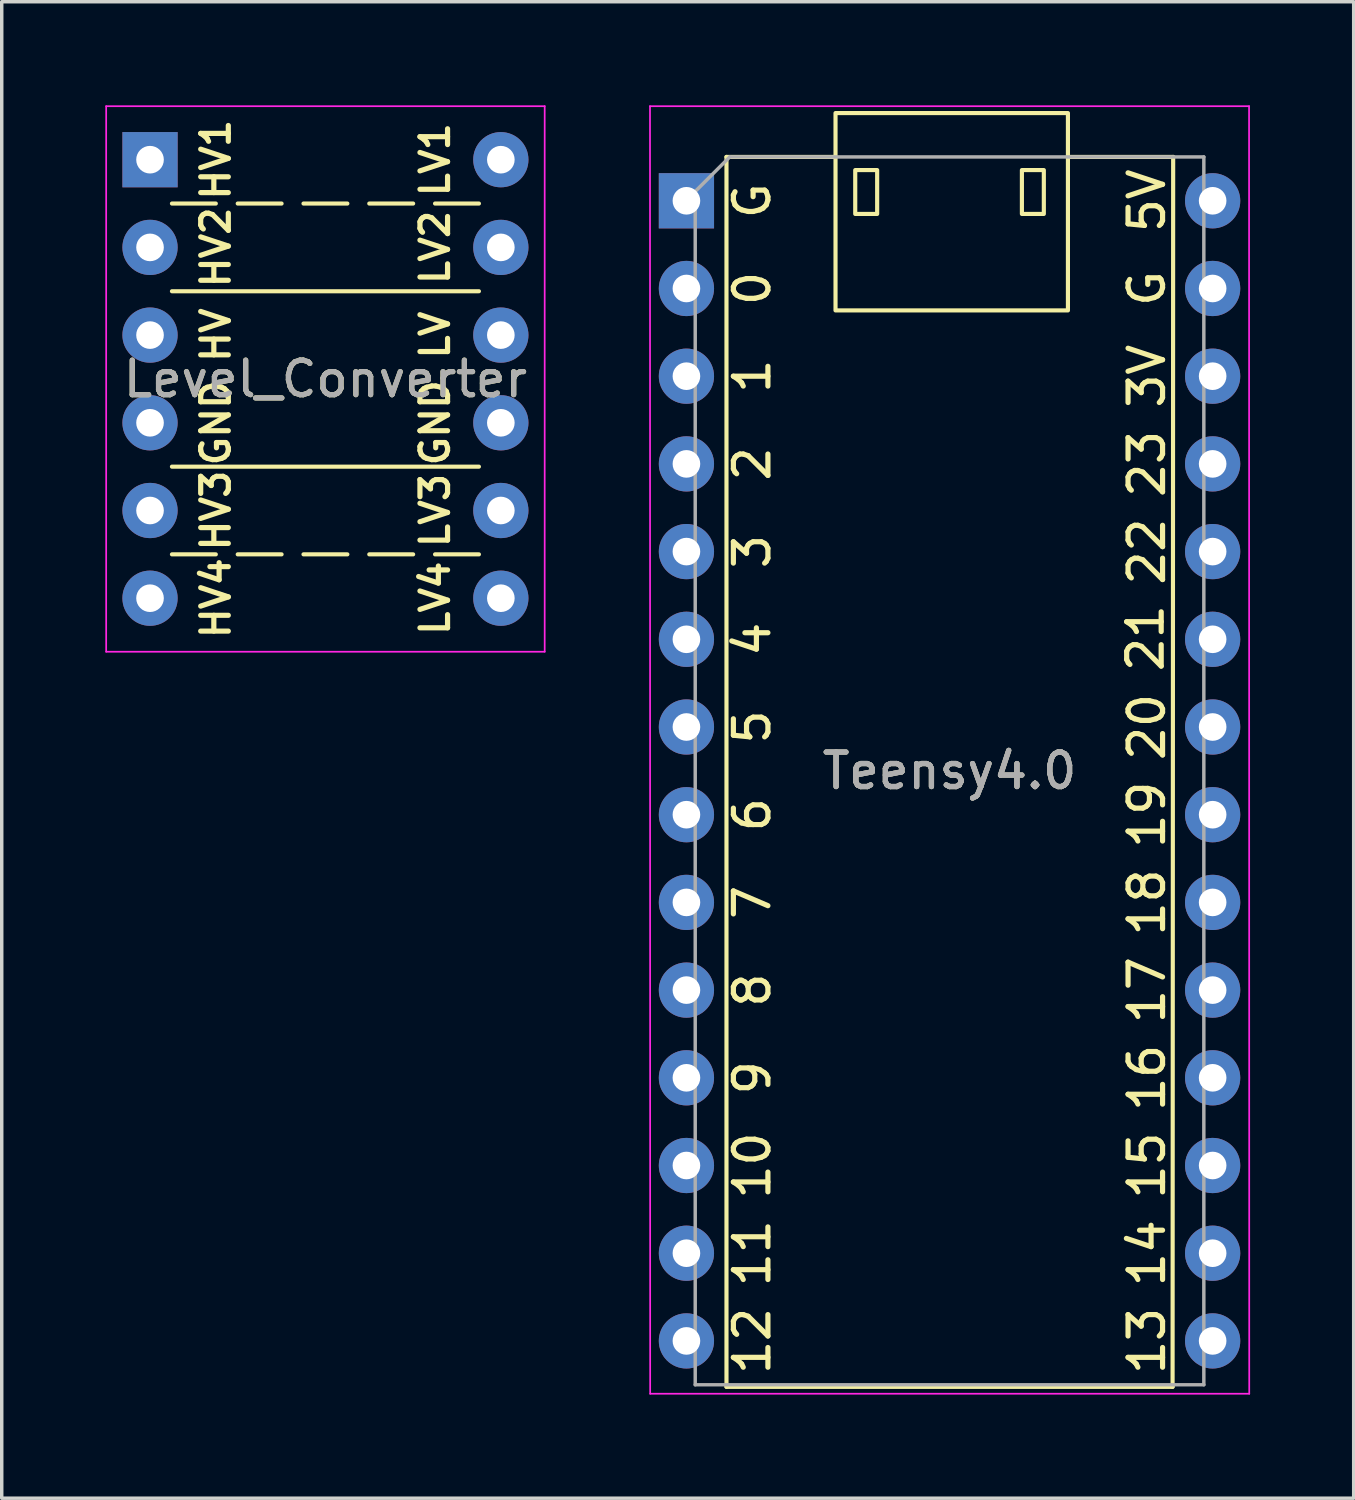
<source format=kicad_pcb>
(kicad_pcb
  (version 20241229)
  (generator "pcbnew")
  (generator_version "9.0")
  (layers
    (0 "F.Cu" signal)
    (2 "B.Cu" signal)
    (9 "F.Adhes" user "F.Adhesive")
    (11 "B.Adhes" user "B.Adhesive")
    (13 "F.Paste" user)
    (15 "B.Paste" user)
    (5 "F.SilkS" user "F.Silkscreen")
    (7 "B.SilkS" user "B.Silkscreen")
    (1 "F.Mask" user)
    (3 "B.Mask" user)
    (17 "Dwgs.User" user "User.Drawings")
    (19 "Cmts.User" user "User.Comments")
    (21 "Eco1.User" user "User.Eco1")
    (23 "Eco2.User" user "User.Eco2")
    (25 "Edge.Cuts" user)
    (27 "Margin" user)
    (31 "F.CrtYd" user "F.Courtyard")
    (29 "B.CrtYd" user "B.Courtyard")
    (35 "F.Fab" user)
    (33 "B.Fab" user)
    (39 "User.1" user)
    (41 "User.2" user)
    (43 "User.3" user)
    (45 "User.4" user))
  (footprint "Teensy4.0"
    (layer "F.Cu")
    (at 16.83 2.765)
    (property "Reference" "Teensy4.0" (at 7.62 16.51 0) (unlocked yes) (layer "F.SilkS") (effects (font (size 1 1) (thickness 0.15))))
    (attr through_hole)
    (fp_line (start 1.16 -1.27) (end 1.16 34.35) (stroke (width 0.12) (type solid)) (layer "F.SilkS"))
    (fp_line (start 1.16 -1.27) (end 4.318 -1.27) (stroke (width 0.12) (type solid)) (layer "F.SilkS"))
    (fp_line (start 1.16 34.35) (end 14.08 34.35) (stroke (width 0.12) (type solid)) (layer "F.SilkS"))
    (fp_line (start 14.08 34.35) (end 14.097 -1.27) (stroke (width 0.12) (type solid)) (layer "F.SilkS"))
    (fp_line (start 14.097 -1.27) (end 11.049 -1.27) (stroke (width 0.12) (type solid)) (layer "F.SilkS"))
    (fp_rect (start 4.318 -2.54) (end 11.049 3.175) (stroke (width 0.12) (type solid)) (fill no) (layer "F.SilkS"))
    (fp_rect (start 4.889 -0.889) (end 5.524 0.381) (stroke (width 0.12) (type solid)) (fill no) (layer "F.SilkS"))
    (fp_rect (start 9.716 -0.889) (end 10.351 0.381) (stroke (width 0.12) (type solid)) (fill no) (layer "F.SilkS"))
    (fp_line (start -1.055 -2.74) (end -1.05 34.55) (stroke (width 0.05) (type solid)) (layer "F.CrtYd"))
    (fp_line (start -1.05 34.55) (end 16.3 34.55) (stroke (width 0.05) (type solid)) (layer "F.CrtYd"))
    (fp_line (start 16.295 -2.74) (end -1.055 -2.74) (stroke (width 0.05) (type solid)) (layer "F.CrtYd"))
    (fp_line (start 16.3 34.55) (end 16.295 -2.74) (stroke (width 0.05) (type solid)) (layer "F.CrtYd"))
    (fp_line (start 0.255 -0.27) (end 1.255 -1.27) (stroke (width 0.1) (type solid)) (layer "F.Fab"))
    (fp_line (start 0.255 34.29) (end 0.255 -0.27) (stroke (width 0.1) (type solid)) (layer "F.Fab"))
    (fp_line (start 1.255 -1.27) (end 14.985 -1.27) (stroke (width 0.1) (type solid)) (layer "F.Fab"))
    (fp_line (start 14.985 -1.27) (end 14.985 34.29) (stroke (width 0.1) (type solid)) (layer "F.Fab"))
    (fp_line (start 14.985 34.29) (end 0.255 34.29) (stroke (width 0.1) (type solid)) (layer "F.Fab"))
    (fp_text user "18" (at 13.335 20.32 90) (unlocked yes) (layer "F.SilkS") (effects (font (size 1 1) (thickness 0.15))))
    (fp_text user "21" (at 13.295 12.666 90) (unlocked yes) (layer "F.SilkS") (effects (font (size 1 1) (thickness 0.15))))
    (fp_text user "5V" (at 13.335 0 90) (unlocked yes) (layer "F.SilkS") (effects (font (size 1 1) (thickness 0.15))))
    (fp_text user "G" (at 1.905 0 90) (unlocked yes) (layer "F.SilkS") (effects (font (size 1 1) (thickness 0.15))))
    (fp_text user "13" (at 13.335 33.02 90) (unlocked yes) (layer "F.SilkS") (effects (font (size 1 1) (thickness 0.15))))
    (fp_text user "9" (at 1.905 25.4 90) (unlocked yes) (layer "F.SilkS") (effects (font (size 1 1) (thickness 0.15))))
    (fp_text user "3V" (at 13.335 5.08 90) (unlocked yes) (layer "F.SilkS") (effects (font (size 1 1) (thickness 0.15))))
    (fp_text user "6" (at 1.905 17.78 90) (unlocked yes) (layer "F.SilkS") (effects (font (size 1 1) (thickness 0.15))))
    (fp_text user "15" (at 13.335 27.94 90) (unlocked yes) (layer "F.SilkS") (effects (font (size 1 1) (thickness 0.15))))
    (fp_text user "23" (at 13.335 7.62 90) (unlocked yes) (layer "F.SilkS") (effects (font (size 1 1) (thickness 0.15))))
    (fp_text user "17" (at 13.335 22.86 90) (unlocked yes) (layer "F.SilkS") (effects (font (size 1 1) (thickness 0.15))))
    (fp_text user "7" (at 1.905 20.32 90) (unlocked yes) (layer "F.SilkS") (effects (font (size 1 1) (thickness 0.15))))
    (fp_text user "20" (at 13.335 15.24 90) (unlocked yes) (layer "F.SilkS") (effects (font (size 1 1) (thickness 0.15))))
    (fp_text user "14" (at 13.335 30.48 90) (unlocked yes) (layer "F.SilkS") (effects (font (size 1 1) (thickness 0.15))))
    (fp_text user "G" (at 13.335 2.54 90) (unlocked yes) (layer "F.SilkS") (effects (font (size 1 1) (thickness 0.15))))
    (fp_text user "22" (at 13.335 10.16 90) (unlocked yes) (layer "F.SilkS") (effects (font (size 1 1) (thickness 0.15))))
    (fp_text user "1" (at 1.905 5.08 90) (unlocked yes) (layer "F.SilkS") (effects (font (size 1 1) (thickness 0.15))))
    (fp_text user "5" (at 1.905 15.24 90) (unlocked yes) (layer "F.SilkS") (effects (font (size 1 1) (thickness 0.15))))
    (fp_text user "4" (at 1.905 12.7 90) (unlocked yes) (layer "F.SilkS") (effects (font (size 1 1) (thickness 0.15))))
    (fp_text user "8" (at 1.905 22.86 90) (unlocked yes) (layer "F.SilkS") (effects (font (size 1 1) (thickness 0.15))))
    (fp_text user "12" (at 1.905 33.02 90) (unlocked yes) (layer "F.SilkS") (effects (font (size 1 1) (thickness 0.15))))
    (fp_text user "0" (at 1.905 2.54 90) (unlocked yes) (layer "F.SilkS") (effects (font (size 1 1) (thickness 0.15))))
    (fp_text user "19" (at 13.335 17.78 90) (unlocked yes) (layer "F.SilkS") (effects (font (size 1 1) (thickness 0.15))))
    (fp_text user "2" (at 1.905 7.62 90) (unlocked yes) (layer "F.SilkS") (effects (font (size 1 1) (thickness 0.15))))
    (fp_text user "10" (at 1.905 27.94 90) (unlocked yes) (layer "F.SilkS") (effects (font (size 1 1) (thickness 0.15))))
    (fp_text user "11" (at 1.905 30.48 90) (unlocked yes) (layer "F.SilkS") (effects (font (size 1 1) (thickness 0.15))))
    (fp_text user "3" (at 1.905 10.16 90) (unlocked yes) (layer "F.SilkS") (effects (font (size 1 1) (thickness 0.15))))
    (fp_text user "16" (at 13.335 25.4 90) (unlocked yes) (layer "F.SilkS") (effects (font (size 1 1) (thickness 0.15))))
    (fp_text user "${REFERENCE}" (at 7.62 16.51 0) (unlocked yes) (layer "F.Fab") (effects (font (size 1 1) (thickness 0.15))))
    (fp_text user "${REFERENCE}" (at 7.62 16.51 0) (layer "F.Fab") (effects (font (size 1 1) (thickness 0.15))))
    (pad "1" thru_hole rect (at 0 0) (size 1.6 1.6) (drill 0.8) (layers "*.Cu" "*.Mask"))
    (pad "2" thru_hole oval (at 0 2.54) (size 1.6 1.6) (drill 0.8) (layers "*.Cu" "*.Mask"))
    (pad "3" thru_hole oval (at 0 5.08) (size 1.6 1.6) (drill 0.8) (layers "*.Cu" "*.Mask"))
    (pad "4" thru_hole oval (at 0 7.62) (size 1.6 1.6) (drill 0.8) (layers "*.Cu" "*.Mask"))
    (pad "5" thru_hole oval (at 0 10.16) (size 1.6 1.6) (drill 0.8) (layers "*.Cu" "*.Mask"))
    (pad "6" thru_hole oval (at 0 12.7) (size 1.6 1.6) (drill 0.8) (layers "*.Cu" "*.Mask"))
    (pad "7" thru_hole oval (at 0 15.24) (size 1.6 1.6) (drill 0.8) (layers "*.Cu" "*.Mask"))
    (pad "8" thru_hole oval (at 0 17.78) (size 1.6 1.6) (drill 0.8) (layers "*.Cu" "*.Mask"))
    (pad "9" thru_hole oval (at 0 20.32) (size 1.6 1.6) (drill 0.8) (layers "*.Cu" "*.Mask"))
    (pad "10" thru_hole oval (at 0 22.86) (size 1.6 1.6) (drill 0.8) (layers "*.Cu" "*.Mask"))
    (pad "11" thru_hole oval (at 0 25.4) (size 1.6 1.6) (drill 0.8) (layers "*.Cu" "*.Mask"))
    (pad "12" thru_hole oval (at 0 27.94) (size 1.6 1.6) (drill 0.8) (layers "*.Cu" "*.Mask"))
    (pad "13" thru_hole oval (at 0 30.48) (size 1.6 1.6) (drill 0.8) (layers "*.Cu" "*.Mask"))
    (pad "14" thru_hole oval (at 0 33.02) (size 1.6 1.6) (drill 0.8) (layers "*.Cu" "*.Mask"))
    (pad "15" thru_hole oval (at 15.24 33.02) (size 1.6 1.6) (drill 0.8) (layers "*.Cu" "*.Mask"))
    (pad "16" thru_hole oval (at 15.24 30.48) (size 1.6 1.6) (drill 0.8) (layers "*.Cu" "*.Mask"))
    (pad "17" thru_hole oval (at 15.24 27.94) (size 1.6 1.6) (drill 0.8) (layers "*.Cu" "*.Mask"))
    (pad "18" thru_hole oval (at 15.24 25.4) (size 1.6 1.6) (drill 0.8) (layers "*.Cu" "*.Mask"))
    (pad "19" thru_hole oval (at 15.24 22.86) (size 1.6 1.6) (drill 0.8) (layers "*.Cu" "*.Mask"))
    (pad "20" thru_hole oval (at 15.24 20.32) (size 1.6 1.6) (drill 0.8) (layers "*.Cu" "*.Mask"))
    (pad "21" thru_hole oval (at 15.24 17.78) (size 1.6 1.6) (drill 0.8) (layers "*.Cu" "*.Mask"))
    (pad "22" thru_hole oval (at 15.24 15.24) (size 1.6 1.6) (drill 0.8) (layers "*.Cu" "*.Mask"))
    (pad "23" thru_hole oval (at 15.24 12.7) (size 1.6 1.6) (drill 0.8) (layers "*.Cu" "*.Mask"))
    (pad "24" thru_hole oval (at 15.24 10.16) (size 1.6 1.6) (drill 0.8) (layers "*.Cu" "*.Mask"))
    (pad "25" thru_hole oval (at 15.24 7.62) (size 1.6 1.6) (drill 0.8) (layers "*.Cu" "*.Mask"))
    (pad "26" thru_hole oval (at 15.24 5.08) (size 1.6 1.6) (drill 0.8) (layers "*.Cu" "*.Mask"))
    (pad "27" thru_hole oval (at 15.24 2.54) (size 1.6 1.6) (drill 0.8) (layers "*.Cu" "*.Mask"))
    (pad "28" thru_hole oval (at 15.24 0) (size 1.6 1.6) (drill 0.8) (layers "*.Cu" "*.Mask")))
  (footprint "Level_Converter"
    (layer "F.Cu")
    (at 6.375 7.925)
    (property "Reference" "Level_Converter" (at 0 0 0) (unlocked yes) (layer "F.SilkS") (effects (font (size 1 1) (thickness 0.15))))
    (attr through_hole)
    (fp_line (start -4.445 -5.08) (end -3.175 -5.08) (stroke (width 0.12) (type solid)) (layer "F.SilkS"))
    (fp_line (start -4.445 -2.54) (end 4.445 -2.54) (stroke (width 0.12) (type solid)) (layer "F.SilkS"))
    (fp_line (start -4.445 2.54) (end 4.445 2.54) (stroke (width 0.12) (type solid)) (layer "F.SilkS"))
    (fp_line (start -4.445 5.08) (end -3.175 5.08) (stroke (width 0.12) (type solid)) (layer "F.SilkS"))
    (fp_line (start -2.54 -5.08) (end -1.27 -5.08) (stroke (width 0.12) (type solid)) (layer "F.SilkS"))
    (fp_line (start -2.54 5.08) (end -1.27 5.08) (stroke (width 0.12) (type solid)) (layer "F.SilkS"))
    (fp_line (start -0.635 -5.08) (end 0.635 -5.08) (stroke (width 0.12) (type solid)) (layer "F.SilkS"))
    (fp_line (start -0.635 5.08) (end 0.635 5.08) (stroke (width 0.12) (type solid)) (layer "F.SilkS"))
    (fp_line (start 1.27 -5.08) (end 2.54 -5.08) (stroke (width 0.12) (type solid)) (layer "F.SilkS"))
    (fp_line (start 1.27 5.08) (end 2.54 5.08) (stroke (width 0.12) (type solid)) (layer "F.SilkS"))
    (fp_line (start 3.175 -5.08) (end 4.445 -5.08) (stroke (width 0.12) (type solid)) (layer "F.SilkS"))
    (fp_line (start 3.175 5.08) (end 4.445 5.08) (stroke (width 0.12) (type solid)) (layer "F.SilkS"))
    (fp_line (start -6.35 -7.9) (end -6.35 7.9) (stroke (width 0.05) (type solid)) (layer "F.CrtYd"))
    (fp_line (start -6.35 7.9) (end 6.35 7.9) (stroke (width 0.05) (type solid)) (layer "F.CrtYd"))
    (fp_line (start 6.35 -7.9) (end -6.35 -7.9) (stroke (width 0.05) (type solid)) (layer "F.CrtYd"))
    (fp_line (start 6.35 7.9) (end 6.35 -7.9) (stroke (width 0.05) (type solid)) (layer "F.CrtYd"))
    (fp_text user "HV1" (at -3.175 -6.35 90) (unlocked yes) (layer "F.SilkS") (effects (font (size 0.8 0.8) (thickness 0.15))))
    (fp_text user "GND" (at -3.175 1.27 90) (unlocked yes) (layer "F.SilkS") (effects (font (size 0.8 0.8) (thickness 0.15))))
    (fp_text user "HV2" (at -3.175 -3.81 90) (unlocked yes) (layer "F.SilkS") (effects (font (size 0.8 0.8) (thickness 0.15))))
    (fp_text user "HV" (at -3.175 -1.27 90) (unlocked yes) (layer "F.SilkS") (effects (font (size 0.8 0.8) (thickness 0.15))))
    (fp_text user "LV2" (at 3.175 -3.81 90) (unlocked yes) (layer "F.SilkS") (effects (font (size 0.8 0.8) (thickness 0.15))))
    (fp_text user "HV4" (at -3.175 6.35 90) (unlocked yes) (layer "F.SilkS") (effects (font (size 0.8 0.8) (thickness 0.15))))
    (fp_text user "LV1" (at 3.175 -6.35 90) (unlocked yes) (layer "F.SilkS") (effects (font (size 0.8 0.8) (thickness 0.15))))
    (fp_text user "LV4" (at 3.175 6.35 90) (unlocked yes) (layer "F.SilkS") (effects (font (size 0.8 0.8) (thickness 0.15))))
    (fp_text user "HV3" (at -3.175 3.81 90) (unlocked yes) (layer "F.SilkS") (effects (font (size 0.8 0.8) (thickness 0.15))))
    (fp_text user "LV" (at 3.175 -1.27 90) (unlocked yes) (layer "F.SilkS") (effects (font (size 0.8 0.8) (thickness 0.15))))
    (fp_text user "LV3" (at 3.175 3.81 90) (unlocked yes) (layer "F.SilkS") (effects (font (size 0.8 0.8) (thickness 0.15))))
    (fp_text user "GND" (at 3.175 1.27 90) (unlocked yes) (layer "F.SilkS") (effects (font (size 0.8 0.8) (thickness 0.15))))
    (fp_text user "${REFERENCE}" (at 0 0 0) (layer "F.Fab") (effects (font (size 1 1) (thickness 0.15))))
    (pad "1" thru_hole rect (at -5.08 -6.35) (size 1.6 1.6) (drill 0.8) (layers "*.Cu" "*.Mask"))
    (pad "2" thru_hole oval (at -5.08 -3.81) (size 1.6 1.6) (drill 0.8) (layers "*.Cu" "*.Mask"))
    (pad "3" thru_hole oval (at -5.08 -1.27) (size 1.6 1.6) (drill 0.8) (layers "*.Cu" "*.Mask"))
    (pad "4" thru_hole oval (at -5.08 1.27) (size 1.6 1.6) (drill 0.8) (layers "*.Cu" "*.Mask"))
    (pad "5" thru_hole oval (at -5.08 3.81) (size 1.6 1.6) (drill 0.8) (layers "*.Cu" "*.Mask"))
    (pad "6" thru_hole oval (at -5.08 6.35) (size 1.6 1.6) (drill 0.8) (layers "*.Cu" "*.Mask"))
    (pad "7" thru_hole oval (at 5.08 6.35) (size 1.6 1.6) (drill 0.8) (layers "*.Cu" "*.Mask"))
    (pad "8" thru_hole oval (at 5.08 3.81) (size 1.6 1.6) (drill 0.8) (layers "*.Cu" "*.Mask"))
    (pad "9" thru_hole oval (at 5.08 1.27) (size 1.6 1.6) (drill 0.8) (layers "*.Cu" "*.Mask"))
    (pad "10" thru_hole oval (at 5.08 -1.27) (size 1.6 1.6) (drill 0.8) (layers "*.Cu" "*.Mask"))
    (pad "11" thru_hole oval (at 5.08 -3.81) (size 1.6 1.6) (drill 0.8) (layers "*.Cu" "*.Mask"))
    (pad "12" thru_hole oval (at 5.08 -6.35) (size 1.6 1.6) (drill 0.8) (layers "*.Cu" "*.Mask")))
  (gr_rect
    (start -3 -3)
    (end 36.155 40.34)
    (stroke (width 0.1) (type default))
    (fill no)
    (layer "Edge.Cuts")))
</source>
